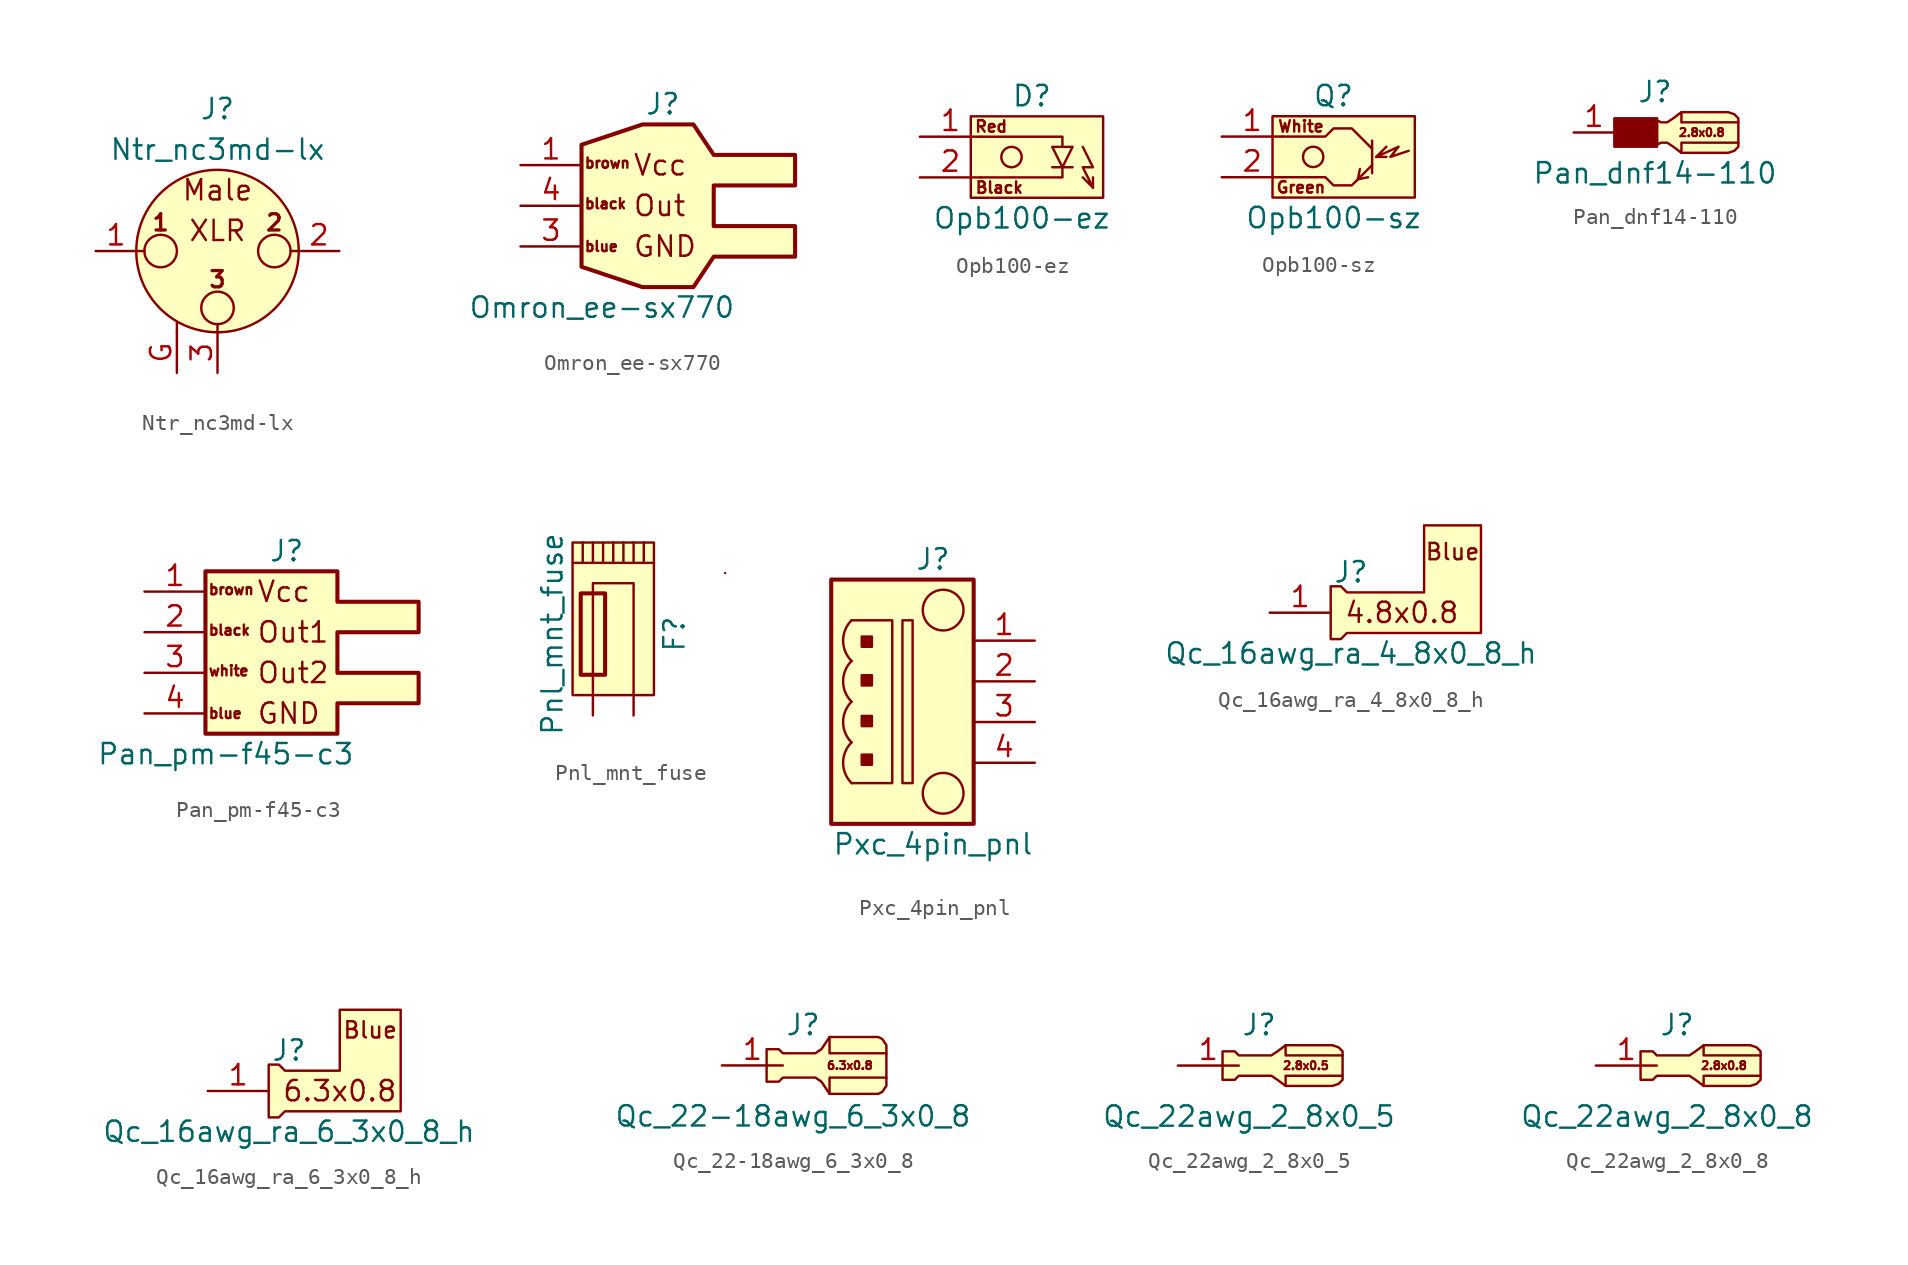
<source format=kicad_sym>
(kicad_symbol_lib
  (version 20220914)
  (generator kicad_symbol_editor)
  (symbol "Ntr_nc3md-lx"
    (pin_names hide)
    (property "Reference" "J"
      (at 0 8.89 0)
      (effects (font (size 1.27 1.27))))
    (property "Value" "Ntr_nc3md-lx"
      (at 0 6.35 0)
      (effects (font (size 1.27 1.27))))
    (symbol "Ntr_nc3md-lx_0_0"
      (text "Male" (at 0 3.81 0) (effects (font (size 1.27 1.27))))
      (text "XLR" (at 0 1.27 0) (effects (font (size 1.27 1.27)))))
    (symbol "Ntr_nc3md-lx_1_1"
      (circle (center -3.556 0) (radius 1.016) (stroke (width 0) (type default)) (fill (type none)))
      (circle (center 0 -3.556) (radius 1.016) (stroke (width 0) (type default)) (fill (type none)))
      (polyline (pts (xy -5.08 0) (xy -4.572 0)) (stroke (width 0) (type default)) (fill (type none)))
      (polyline (pts (xy -2.54 -5.08) (xy -2.54 -4.445)) (stroke (width 0) (type default)) (fill (type none)))
      (polyline (pts (xy 0 -5.08) (xy 0 -4.572)) (stroke (width 0) (type default)) (fill (type none)))
      (polyline (pts (xy 5.08 0) (xy 4.572 0)) (stroke (width 0) (type default)) (fill (type none)))
      (circle (center 0 0) (radius 5.08) (stroke (width 0) (type default)) (fill (type background)))
      (circle (center 3.556 0) (radius 1.016) (stroke (width 0) (type default)) (fill (type none)))
      (text "1" (at -3.556 1.778 0) (effects (font (size 1.016 1.016) bold)))
      (text "2" (at 3.556 1.778 0) (effects (font (size 1.016 1.016) bold)))
      (text "3" (at 0 -1.778 0) (effects (font (size 1.016 1.016) bold)))
      (pin passive line (at -7.62 0 0) (length 2.54) (name "PIN_1" (effects (font (size 1.27 1.27)))) (number "1" (effects (font (size 1.27 1.27)))))
      (pin passive line (at 7.62 0 180) (length 2.54) (name "PIN_2" (effects (font (size 1.27 1.27)))) (number "2" (effects (font (size 1.27 1.27)))))
      (pin passive line (at 0 -7.62 90) (length 2.54) (name "PIN_3" (effects (font (size 1.27 1.27)))) (number "3" (effects (font (size 1.27 1.27)))))
      (pin passive line (at -2.54 -7.62 90) (length 2.54) (name "GND" (effects (font (size 1.27 1.27)))) (number "G" (effects (font (size 1.27 1.27)))))))
  (symbol "Omron_ee-sx770"
    (pin_names
      (offset 1.016) hide)
    (property "Reference" "J"
      (at 3.81 6.35 0)
      (effects (font (size 1.27 1.27))))
    (property "Value" "Omron_ee-sx770"
      (at 0 -6.35 0)
      (effects (font (size 1.27 1.27))))
    (symbol "Omron_ee-sx770_0_0"
      (text "blue" (at -1.143 -2.54 0) (effects (font (size 0.635 0.635)) (justify left)))
      (text "GND" (at 1.905 -2.54 0) (effects (font (size 1.27 1.27)) (justify left)))
      (text "Out" (at 1.905 0 0) (effects (font (size 1.27 1.27)) (justify left)))
      (text "Vcc" (at 1.905 2.54 0) (effects (font (size 1.27 1.27)) (justify left))))
    (symbol "Omron_ee-sx770_0_1"
      (polyline (pts (xy -1.27 3.81) (xy 2.54 5.08) (xy 5.715 5.08) (xy 6.985 3.175) (xy 12.065 3.175) (xy 12.065 1.27) (xy 6.985 1.27) (xy 6.985 -1.27) (xy 12.065 -1.27) (xy 12.065 -3.175) (xy 6.985 -3.175) (xy 5.715 -5.08) (xy 2.54 -5.08) (xy -1.27 -3.81) (xy -1.27 3.81)) (stroke (width 0.254) (type default)) (fill (type background))))
    (symbol "Omron_ee-sx770_1_1"
      (text "black" (at -1.143 0.127 0) (effects (font (size 0.635 0.635)) (justify left)))
      (text "brown" (at -1.143 2.667 0) (effects (font (size 0.635 0.635)) (justify left)))
      (pin passive line (at -5.08 2.54 0) (length 3.81) (name "Pin_1" (effects (font (size 1.27 1.27)))) (number "1" (effects (font (size 1.27 1.27)))))
      (pin passive line (at -5.08 -2.54 0) (length 3.81) (name "Pin_3" (effects (font (size 1.27 1.27)))) (number "3" (effects (font (size 1.27 1.27)))))
      (pin passive line (at -5.08 0 0) (length 3.81) (name "Pin_4" (effects (font (size 1.27 1.27)))) (number "4" (effects (font (size 1.27 1.27)))))))
  (symbol "Opb100-ez"
    (pin_names
      (offset 1.016) hide)
    (property "Reference" "D"
      (at 1.905 3.81 0)
      (effects (font (size 1.27 1.27))))
    (property "Value" "Opb100-ez"
      (at 1.27 -3.81 0)
      (effects (font (size 1.27 1.27))))
    (symbol "Opb100-ez_0_0"
      (text "Black" (at -0.127 -1.905 0) (effects (font (size 0.711 0.711))))
      (text "Red" (at -0.635 1.905 0) (effects (font (size 0.711 0.711)))))
    (symbol "Opb100-ez_0_1"
      (rectangle (start -1.905 2.54) (end 6.35 -2.54) (stroke (width 0) (type default)) (fill (type background)))
      (polyline (pts (xy 3.175 -0.635) (xy 4.445 -0.635)) (stroke (width 0) (type default)) (fill (type none)))
      (polyline (pts (xy 5.715 -1.905) (xy 5.715 -1.27)) (stroke (width 0) (type default)) (fill (type none)))
      (polyline (pts (xy -1.27 1.27) (xy 3.81 1.27) (xy 3.81 0.635)) (stroke (width 0) (type default)) (fill (type none)))
      (polyline (pts (xy 3.81 -0.635) (xy 3.81 -1.27) (xy -1.27 -1.27)) (stroke (width 0) (type default)) (fill (type none)))
      (polyline (pts (xy 3.175 0.635) (xy 4.445 0.635) (xy 3.81 -0.635) (xy 3.175 0.635)) (stroke (width 0) (type default)) (fill (type none)))
      (polyline (pts (xy 5.08 0.635) (xy 5.715 -0.635) (xy 5.08 -0.635) (xy 5.715 -1.905) (xy 5.08 -1.27)) (stroke (width 0) (type default)) (fill (type none)))
      (circle (center 0.635 0) (radius 0.635) (stroke (width 0) (type default)) (fill (type none))))
    (symbol "Opb100-ez_1_1"
      (pin passive line (at -5.08 1.27 0) (length 3.81) (name "Anode" (effects (font (size 1.27 1.27)))) (number "1" (effects (font (size 1.27 1.27)))))
      (pin passive line (at -5.08 -1.27 0) (length 3.81) (name "Cathode" (effects (font (size 1.27 1.27)))) (number "2" (effects (font (size 1.27 1.27)))))))
  (symbol "Opb100-sz"
    (pin_names
      (offset 1.016) hide)
    (property "Reference" "Q"
      (at 0.635 3.81 0)
      (effects (font (size 1.27 1.27))))
    (property "Value" "Opb100-sz"
      (at 0.635 -3.81 0)
      (effects (font (size 1.27 1.27))))
    (symbol "Opb100-sz_0_0"
      (text "White" (at -1.397 1.905 0) (effects (font (size 0.711 0.711)))))
    (symbol "Opb100-sz_0_1"
      (rectangle (start -3.175 2.54) (end 5.715 -2.54) (stroke (width 0) (type default)) (fill (type background)))
      (circle (center -0.635 0) (radius 0.635) (stroke (width 0) (type default)) (fill (type none)))
      (polyline (pts (xy 3.048 -1.016) (xy 3.048 1.016)) (stroke (width 0) (type default)) (fill (type none)))
      (polyline (pts (xy 3.302 0) (xy 3.937 0)) (stroke (width 0) (type default)) (fill (type none)))
      (polyline (pts (xy 2.286 -0.762) (xy 2.159 -1.397) (xy 2.794 -1.27)) (stroke (width 0) (type default)) (fill (type none)))
      (polyline (pts (xy -2.54 1.27) (xy 0.127 1.27) (xy 0.635 1.778) (xy 1.778 1.778) (xy 3.048 0.508)) (stroke (width 0) (type default)) (fill (type none)))
      (polyline (pts (xy 3.048 -0.508) (xy 1.778 -1.778) (xy 0.635 -1.778) (xy 0.127 -1.27) (xy -2.54 -1.27)) (stroke (width 0) (type default)) (fill (type none)))
      (polyline (pts (xy 5.334 0.381) (xy 4.191 0) (xy 4.699 0.635) (xy 3.302 0) (xy 3.937 0.635)) (stroke (width 0) (type default)) (fill (type none))))
    (symbol "Opb100-sz_1_1"
      (text "Green" (at -1.397 -1.905 0) (effects (font (size 0.711 0.711))))
      (pin passive line (at -6.35 1.27 0) (length 3.81) (name "Collector" (effects (font (size 1.27 1.27)))) (number "1" (effects (font (size 1.27 1.27)))))
      (pin passive line (at -6.35 -1.27 0) (length 3.81) (name "Emitter" (effects (font (size 1.27 1.27)))) (number "2" (effects (font (size 1.27 1.27)))))))
  (symbol "Pan_dnf14-110"
    (pin_names
      (offset 1.016) hide)
    (property "Reference" "J"
      (at 0 2.54 0)
      (effects (font (size 1.27 1.27))))
    (property "Value" "Pan_dnf14-110"
      (at 0 -2.54 0)
      (effects (font (size 1.27 1.27))))
    (symbol "Pan_dnf14-110_0_0"
      (text "2.8x0.8" (at 2.921 0 0) (effects (font (size 0.508 0.508)))))
    (symbol "Pan_dnf14-110_0_1"
      (polyline (pts (xy 5.207 -0.635) (xy 1.651 -0.635) (xy 1.651 -1.27)) (stroke (width 0) (type default)) (fill (type none)))
      (polyline (pts (xy 5.207 0.635) (xy 1.651 0.635) (xy 1.651 1.27)) (stroke (width 0) (type default)) (fill (type none)))
      (polyline (pts (xy 4.572 1.27) (xy 1.651 1.27) (xy 1.143 0.889) (xy 0.762 0.635) (xy 0.381 0.635) (xy 0.127 0.762) (xy 0.127 -0.762) (xy 0.381 -0.635) (xy 0.762 -0.635) (xy 1.143 -0.889) (xy 1.651 -1.27) (xy 4.572 -1.27) (xy 4.953 -1.143) (xy 5.207 -0.889) (xy 5.207 -0.762) (xy 5.207 0.889) (xy 4.953 1.143) (xy 4.572 1.27)) (stroke (width 0) (type default)) (fill (type background)))
      (rectangle (start 0.127 -0.889) (end -2.54 0.889) (stroke (width 0) (type default)) (fill (type outline))))
    (symbol "Pan_dnf14-110_1_1"
      (pin passive line (at -5.08 0 0) (length 2.54) (name "Pin_1" (effects (font (size 1.27 1.27)))) (number "1" (effects (font (size 1.27 1.27)))))))
  (symbol "Pan_pm-f45-c3"
    (pin_names
      (offset 1.016) hide)
    (property "Reference" "J"
      (at 5.08 6.35 0)
      (effects (font (size 1.27 1.27))))
    (property "Value" "Pan_pm-f45-c3"
      (at 1.27 -6.35 0)
      (effects (font (size 1.27 1.27))))
    (symbol "Pan_pm-f45-c3_0_0"
      (text "blue" (at 0.127 -3.81 0) (effects (font (size 0.635 0.635)) (justify left)))
      (text "GND" (at 3.175 -3.81 0) (effects (font (size 1.27 1.27)) (justify left)))
      (text "Out1" (at 3.175 1.27 0) (effects (font (size 1.27 1.27)) (justify left)))
      (text "Vcc" (at 3.175 3.81 0) (effects (font (size 1.27 1.27)) (justify left))))
    (symbol "Pan_pm-f45-c3_0_1"
      (polyline (pts (xy 0 3.81) (xy 0 5.08) (xy 8.255 5.08) (xy 8.255 3.175) (xy 13.335 3.175) (xy 13.335 1.27) (xy 8.255 1.27) (xy 8.255 -1.27) (xy 13.335 -1.27) (xy 13.335 -3.175) (xy 8.255 -3.175) (xy 8.255 -5.08) (xy 0 -5.08) (xy 0 -3.81) (xy 0 3.81)) (stroke (width 0.254) (type default)) (fill (type background))))
    (symbol "Pan_pm-f45-c3_1_1"
      (text "black" (at 0.127 1.397 0) (effects (font (size 0.635 0.635)) (justify left)))
      (text "brown" (at 0.127 3.937 0) (effects (font (size 0.635 0.635)) (justify left)))
      (text "Out2" (at 3.175 -1.27 0) (effects (font (size 1.27 1.27)) (justify left)))
      (text "white" (at 0.127 -1.143 0) (effects (font (size 0.635 0.635)) (justify left)))
      (pin passive line (at -3.81 3.81 0) (length 3.81) (name "Pin_1" (effects (font (size 1.27 1.27)))) (number "1" (effects (font (size 1.27 1.27)))))
      (pin passive line (at -3.81 1.27 0) (length 3.81) (name "Pin_1" (effects (font (size 1.27 1.27)))) (number "2" (effects (font (size 1.27 1.27)))))
      (pin passive line (at -3.81 -1.27 0) (length 3.81) (name "Pin_1" (effects (font (size 1.27 1.27)))) (number "3" (effects (font (size 1.27 1.27)))))
      (pin passive line (at -3.81 -3.81 0) (length 3.81) (name "Pin_1" (effects (font (size 1.27 1.27)))) (number "4" (effects (font (size 1.27 1.27)))))))
  (symbol "Pnl_mnt_fuse"
    (pin_numbers hide)
    (pin_names
      (offset 0) hide)
    (property "Reference" "F"
      (at 3.81 2.54 90)
      (effects (font (size 1.27 1.27))))
    (property "Value" "Pnl_mnt_fuse"
      (at -3.81 2.54 90)
      (effects (font (size 1.27 1.27))))
    (symbol "Pnl_mnt_fuse_0_1"
      (rectangle (start -2.032 0) (end -0.508 5.08) (stroke (width 0.254) (type default)) (fill (type none)))
      (polyline (pts (xy -1.27 8.255) (xy -1.27 6.985)) (stroke (width 0) (type default)) (fill (type none)))
      (polyline (pts (xy 0 8.255) (xy 0 6.985)) (stroke (width 0) (type default)) (fill (type none)))
      (polyline (pts (xy 2.54 6.985) (xy -2.54 6.985)) (stroke (width 0) (type default)) (fill (type none)))
      (polyline (pts (xy 6.985 6.35) (xy 6.985 6.35)) (stroke (width 0) (type default)) (fill (type none)))
      (polyline (pts (xy 1.27 -1.27) (xy 1.27 5.715) (xy -1.27 5.715) (xy -1.27 -1.27)) (stroke (width 0) (type default)) (fill (type none)))
      (rectangle (start 2.54 8.255) (end -2.54 -1.27) (stroke (width 0) (type default)) (fill (type background))))
    (symbol "Pnl_mnt_fuse_1_1"
      (polyline (pts (xy -1.905 8.255) (xy -1.905 6.985)) (stroke (width 0) (type default)) (fill (type none)))
      (polyline (pts (xy -0.635 8.255) (xy -0.635 6.985)) (stroke (width 0) (type default)) (fill (type none)))
      (polyline (pts (xy 0.635 8.255) (xy 0.635 6.985)) (stroke (width 0) (type default)) (fill (type none)))
      (polyline (pts (xy 1.27 8.255) (xy 1.27 6.985)) (stroke (width 0) (type default)) (fill (type none)))
      (polyline (pts (xy 1.905 8.255) (xy 1.905 6.985)) (stroke (width 0) (type default)) (fill (type none)))
      (pin passive line (at 1.27 -2.54 90) (length 1.27) (name "PIN_1" (effects (font (size 1.27 1.27)))) (number "1" (effects (font (size 1.27 1.27)))))
      (pin passive line (at -1.27 -2.54 90) (length 1.27) (name "PIN_2" (effects (font (size 1.27 1.27)))) (number "2" (effects (font (size 1.27 1.27)))))))
  (symbol "Pxc_4pin_pnl"
    (pin_names
      (offset 1.016) hide)
    (property "Reference" "J"
      (at 0 8.89 0)
      (effects (font (size 1.27 1.27))))
    (property "Value" "Pxc_4pin_pnl"
      (at 0 -8.89 0)
      (effects (font (size 1.27 1.27))))
    (symbol "Pxc_4pin_pnl_0_1"
      (arc (start -5.08 5.08) (mid -5.6061 3.81) (end -5.08 2.54) (stroke (width 0) (type default)) (fill (type none)))
      (rectangle (start -3.81 4.064) (end -4.445 3.429) (stroke (width 0) (type default)) (fill (type outline)))
      (polyline (pts (xy -5.08 5.08) (xy -2.54 5.08) (xy -2.54 -5.08) (xy -5.08 -5.08)) (stroke (width 0) (type default)) (fill (type none)))
      (polyline (pts (xy -1.905 5.08) (xy -1.905 -5.08) (xy -1.27 -5.08) (xy -1.27 5.08) (xy -1.905 5.08)) (stroke (width 0) (type default)) (fill (type none)))
      (circle (center 0.635 -5.715) (radius 1.27) (stroke (width 0) (type default)) (fill (type none)))
      (circle (center 0.635 5.715) (radius 1.27) (stroke (width 0) (type default)) (fill (type none))))
    (symbol "Pxc_4pin_pnl_1_1"
      (arc (start -5.08 -2.54) (mid -5.6061 -3.81) (end -5.08 -5.08) (stroke (width 0) (type default)) (fill (type none)))
      (arc (start -5.08 0) (mid -5.6061 -1.27) (end -5.08 -2.54) (stroke (width 0) (type default)) (fill (type none)))
      (arc (start -5.08 2.54) (mid -5.6061 1.27) (end -5.08 0) (stroke (width 0) (type default)) (fill (type none)))
      (rectangle (start -3.81 -3.302) (end -4.445 -3.937) (stroke (width 0) (type default)) (fill (type outline)))
      (rectangle (start -3.81 -0.889) (end -4.445 -1.524) (stroke (width 0) (type default)) (fill (type outline)))
      (rectangle (start -3.81 1.651) (end -4.445 1.016) (stroke (width 0) (type default)) (fill (type outline)))
      (rectangle (start 2.54 7.62) (end -6.35 -7.62) (stroke (width 0.254) (type default)) (fill (type background)))
      (pin passive line (at 6.35 3.81 180) (length 3.81) (name "Pin_1" (effects (font (size 1.27 1.27)))) (number "1" (effects (font (size 1.27 1.27)))))
      (pin passive line (at 6.35 1.27 180) (length 3.81) (name "Pin_2" (effects (font (size 1.27 1.27)))) (number "2" (effects (font (size 1.27 1.27)))))
      (pin passive line (at 6.35 -1.27 180) (length 3.81) (name "Pin_3" (effects (font (size 1.27 1.27)))) (number "3" (effects (font (size 1.27 1.27)))))
      (pin passive line (at 6.35 -3.81 180) (length 3.81) (name "Pin_4" (effects (font (size 1.27 1.27)))) (number "4" (effects (font (size 1.27 1.27)))))))
  (symbol "Qc_16awg_ra_4_8x0_8_h"
    (pin_names
      (offset 1.016) hide)
    (property "Reference" "J"
      (at 0 2.54 0)
      (effects (font (size 1.27 1.27))))
    (property "Value" "Qc_16awg_ra_4_8x0_8_h"
      (at 0 -2.54 0)
      (effects (font (size 1.27 1.27))))
    (symbol "Qc_16awg_ra_4_8x0_8_h_0_0"
      (polyline (pts (xy -0.254 -1.27) (xy -0.635 -1.651) (xy -1.27 -1.651) (xy -1.27 0) (xy -1.27 1.651) (xy -0.635 1.651) (xy -0.254 1.27) (xy 4.572 1.27) (xy 4.572 5.461) (xy 8.128 5.461) (xy 8.128 -1.27) (xy -0.254 -1.27)) (stroke (width 0) (type default)) (fill (type background)))
      (text "4.8x0.8" (at 3.175 0 0) (effects (font (size 1.27 1.27))))
      (text "Blue" (at 6.35 3.81 0) (effects (font (size 1.016 1.016)))))
    (symbol "Qc_16awg_ra_4_8x0_8_h_1_1"
      (pin passive line (at -5.08 0 0) (length 3.81) (name "Pin_1" (effects (font (size 1.27 1.27)))) (number "1" (effects (font (size 1.27 1.27)))))))
  (symbol "Qc_16awg_ra_6_3x0_8_h"
    (pin_names
      (offset 1.016) hide)
    (property "Reference" "J"
      (at 0 2.54 0)
      (effects (font (size 1.27 1.27))))
    (property "Value" "Qc_16awg_ra_6_3x0_8_h"
      (at 0 -2.54 0)
      (effects (font (size 1.27 1.27))))
    (symbol "Qc_16awg_ra_6_3x0_8_h_0_0"
      (polyline (pts (xy -0.254 -1.27) (xy -0.635 -1.651) (xy -1.27 -1.651) (xy -1.27 0) (xy -1.27 1.651) (xy -0.635 1.651) (xy -0.254 1.27) (xy 3.175 1.27) (xy 3.175 5.08) (xy 6.985 5.08) (xy 6.985 -1.27) (xy -0.254 -1.27)) (stroke (width 0) (type default)) (fill (type background)))
      (text "6.3x0.8" (at 3.175 0 0) (effects (font (size 1.27 1.27))))
      (text "Blue" (at 5.08 3.81 0) (effects (font (size 1.016 1.016)))))
    (symbol "Qc_16awg_ra_6_3x0_8_h_1_1"
      (pin passive line (at -5.08 0 0) (length 3.81) (name "Pin_1" (effects (font (size 1.27 1.27)))) (number "1" (effects (font (size 1.27 1.27)))))))
  (symbol "Qc_22-18awg_6_3x0_8"
    (pin_names
      (offset 1.016) hide)
    (property "Reference" "J"
      (at 0 2.54 0)
      (effects (font (size 1.27 1.27))))
    (property "Value" "Qc_22-18awg_6_3x0_8"
      (at -0.635 -3.175 0)
      (effects (font (size 1.27 1.27))))
    (symbol "Qc_22-18awg_6_3x0_8_0_0"
      (text "6.3x0.8" (at 2.921 0 0) (effects (font (size 0.508 0.508)))))
    (symbol "Qc_22-18awg_6_3x0_8_0_1"
      (polyline (pts (xy 5.207 -0.762) (xy 1.651 -0.762) (xy 1.651 -1.778)) (stroke (width 0) (type default)) (fill (type none)))
      (polyline (pts (xy 5.207 0.762) (xy 1.651 0.762) (xy 1.651 1.778)) (stroke (width 0) (type default)) (fill (type none)))
      (polyline (pts (xy 4.699 1.778) (xy 1.651 1.778) (xy 1.143 1.016) (xy 0.762 0.762) (xy -1.27 0.762) (xy -1.524 1.016) (xy -2.286 1.016) (xy -2.286 -1.016) (xy -1.524 -1.016) (xy -1.27 -0.762) (xy 0.762 -0.762) (xy 1.143 -1.016) (xy 1.651 -1.778) (xy 4.699 -1.778) (xy 4.953 -1.651) (xy 5.207 -1.27) (xy 5.207 -0.762) (xy 5.207 1.27) (xy 4.953 1.651) (xy 4.699 1.778)) (stroke (width 0) (type default)) (fill (type background))))
    (symbol "Qc_22-18awg_6_3x0_8_1_1"
      (pin passive line (at -5.08 0 0) (length 3.81) (name "Pin_1" (effects (font (size 1.27 1.27)))) (number "1" (effects (font (size 1.27 1.27)))))))
  (symbol "Qc_22awg_2_8x0_5"
    (pin_names
      (offset 1.016) hide)
    (property "Reference" "J"
      (at 0 2.54 0)
      (effects (font (size 1.27 1.27))))
    (property "Value" "Qc_22awg_2_8x0_5"
      (at -0.635 -3.175 0)
      (effects (font (size 1.27 1.27))))
    (symbol "Qc_22awg_2_8x0_5_0_0"
      (text "2.8x0.5" (at 2.921 0 0) (effects (font (size 0.508 0.508)))))
    (symbol "Qc_22awg_2_8x0_5_0_1"
      (polyline (pts (xy 5.207 -0.635) (xy 1.651 -0.635) (xy 1.651 -1.27)) (stroke (width 0) (type default)) (fill (type none)))
      (polyline (pts (xy 5.207 0.635) (xy 1.651 0.635) (xy 1.651 1.27)) (stroke (width 0) (type default)) (fill (type none)))
      (polyline (pts (xy 4.572 1.27) (xy 1.651 1.27) (xy 1.143 0.889) (xy 0.762 0.635) (xy -1.27 0.635) (xy -1.524 0.889) (xy -2.286 0.889) (xy -2.286 -0.889) (xy -1.524 -0.889) (xy -1.27 -0.635) (xy 0.762 -0.635) (xy 1.143 -0.889) (xy 1.651 -1.27) (xy 4.572 -1.27) (xy 4.953 -1.143) (xy 5.207 -0.889) (xy 5.207 -0.762) (xy 5.207 0.889) (xy 4.953 1.143) (xy 4.572 1.27)) (stroke (width 0) (type default)) (fill (type background))))
    (symbol "Qc_22awg_2_8x0_5_1_1"
      (pin passive line (at -5.08 0 0) (length 3.81) (name "Pin_1" (effects (font (size 1.27 1.27)))) (number "1" (effects (font (size 1.27 1.27)))))))
  (symbol "Qc_22awg_2_8x0_8"
    (pin_names
      (offset 1.016) hide)
    (property "Reference" "J"
      (at 0 2.54 0)
      (effects (font (size 1.27 1.27))))
    (property "Value" "Qc_22awg_2_8x0_8"
      (at -0.635 -3.175 0)
      (effects (font (size 1.27 1.27))))
    (symbol "Qc_22awg_2_8x0_8_0_0"
      (text "2.8x0.8" (at 2.921 0 0) (effects (font (size 0.508 0.508)))))
    (symbol "Qc_22awg_2_8x0_8_0_1"
      (polyline (pts (xy 5.207 -0.635) (xy 1.651 -0.635) (xy 1.651 -1.27)) (stroke (width 0) (type default)) (fill (type none)))
      (polyline (pts (xy 5.207 0.635) (xy 1.651 0.635) (xy 1.651 1.27)) (stroke (width 0) (type default)) (fill (type none)))
      (polyline (pts (xy 4.572 1.27) (xy 1.651 1.27) (xy 1.143 0.889) (xy 0.762 0.635) (xy -1.27 0.635) (xy -1.524 0.889) (xy -2.286 0.889) (xy -2.286 -0.889) (xy -1.524 -0.889) (xy -1.27 -0.635) (xy 0.762 -0.635) (xy 1.143 -0.889) (xy 1.651 -1.27) (xy 4.572 -1.27) (xy 4.953 -1.143) (xy 5.207 -0.889) (xy 5.207 -0.762) (xy 5.207 0.889) (xy 4.953 1.143) (xy 4.572 1.27)) (stroke (width 0) (type default)) (fill (type background))))
    (symbol "Qc_22awg_2_8x0_8_1_1"
      (pin passive line (at -5.08 0 0) (length 3.81) (name "Pin_1" (effects (font (size 1.27 1.27)))) (number "1" (effects (font (size 1.27 1.27))))))))
</source>
